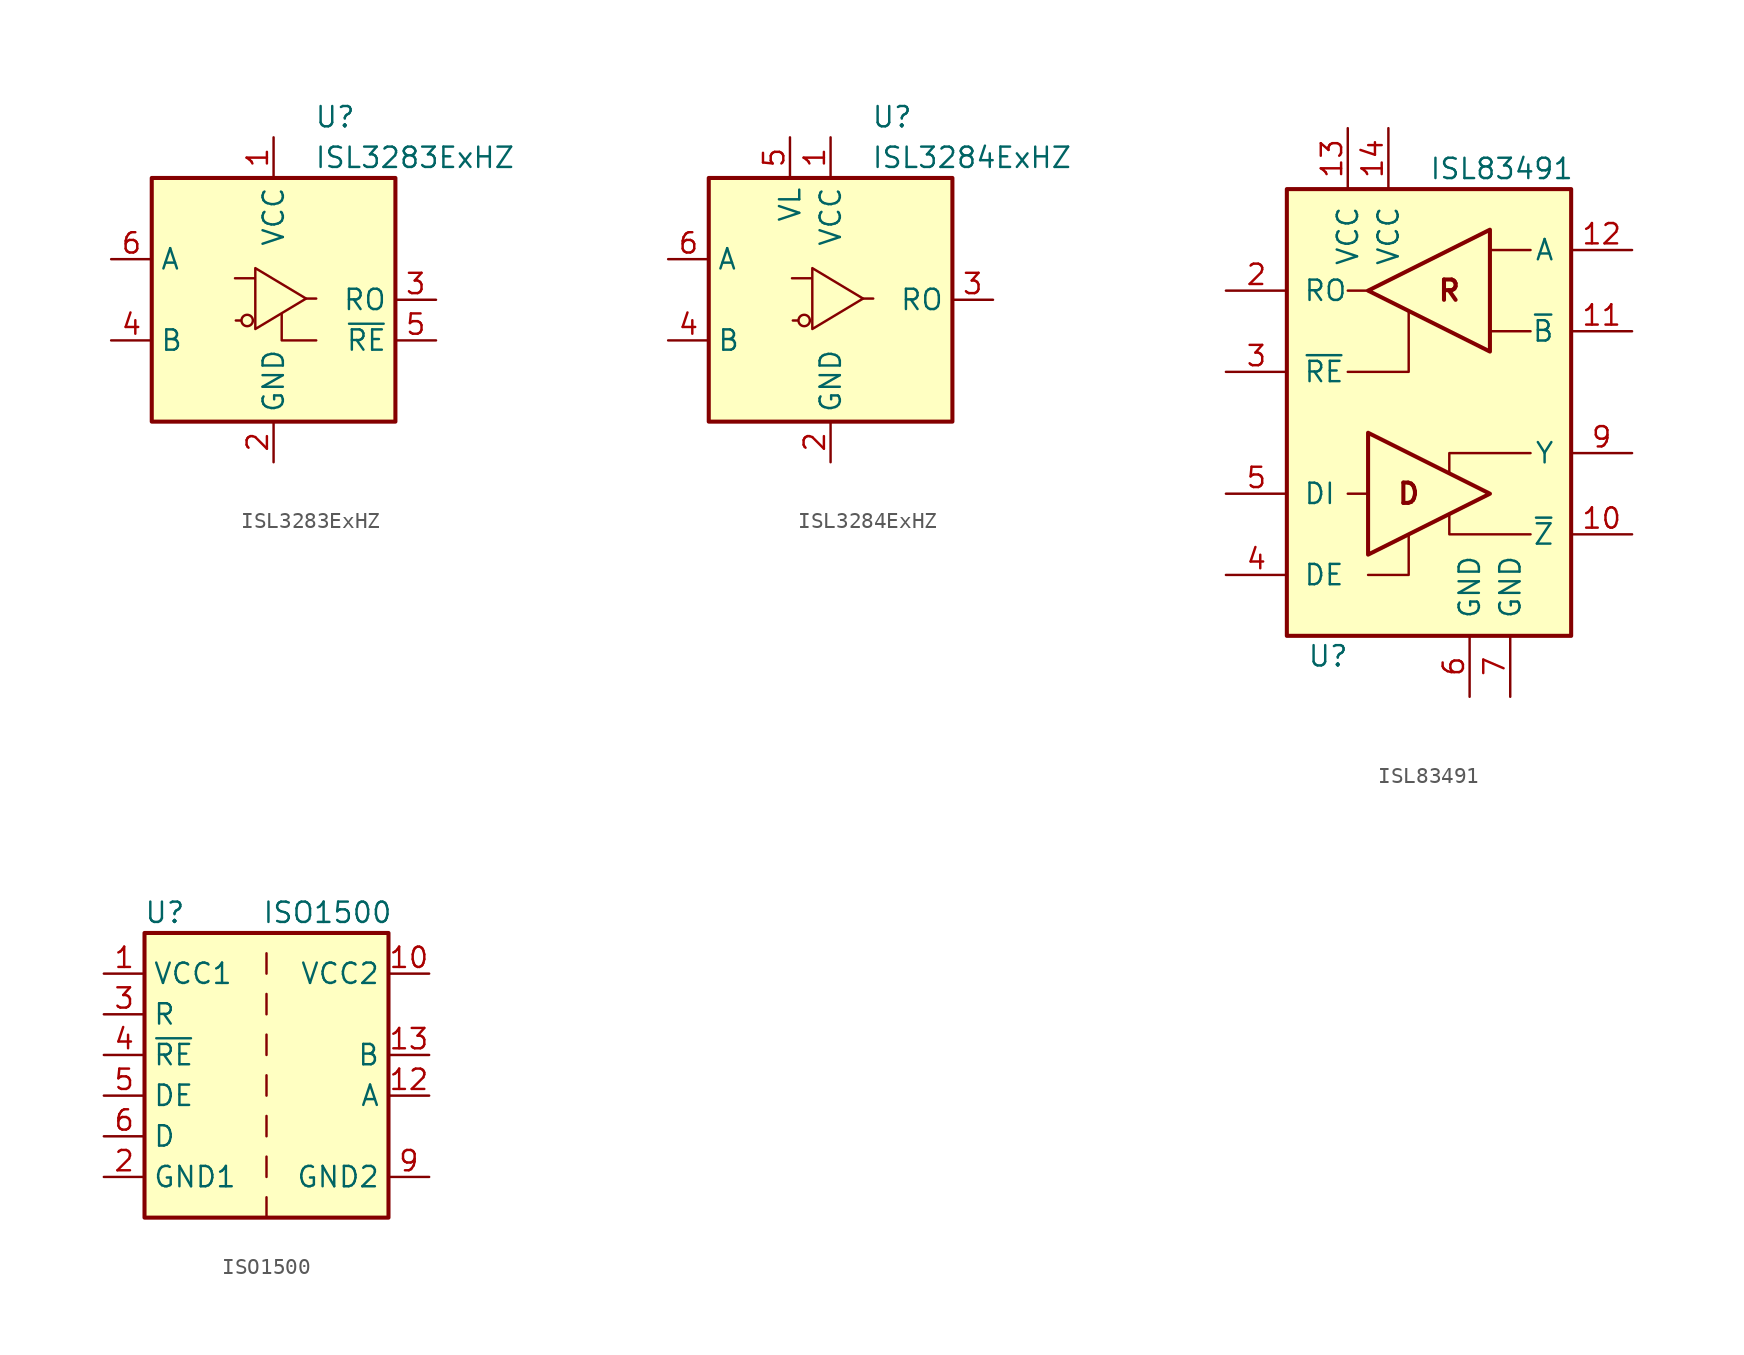
<source format=kicad_sym>
(kicad_symbol_lib
  (version 20200908)
  (generator kicad_symbol_editor)
  (symbol "Interface_UART:ISL3283ExHZ"
    (property "Reference" "U"
      (at 2.54 11.43 0)
      (effects (font (size 1.27 1.27)) (justify left)))
    (property "Value" "ISL3283ExHZ"
      (at 2.54 8.89 0)
      (effects (font (size 1.27 1.27)) (justify left)))
    (symbol "ISL3283ExHZ_1_1"
      (circle (center -1.651 -1.295) (radius 0.356) (stroke (width 0)) (fill (type none)))
      (polyline (pts (xy -2.057 -1.295) (xy -2.362 -1.295)) (stroke (width 0)) (fill (type none)))
      (polyline (pts (xy 2.032 0.076) (xy 2.667 0.076)) (stroke (width 0)) (fill (type none)))
      (polyline (pts (xy -1.143 1.981) (xy -1.143 -1.829) (xy 2.032 0.076) (xy -1.143 1.981) (xy -1.143 1.346) (xy -2.413 1.346)) (stroke (width 0)) (fill (type none)))
      (pin power_in line (at 0 10.16 270) (length 2.54) (name "VCC" (effects (font (size 1.27 1.27)))) (number "1" (effects (font (size 1.27 1.27)))))
      (pin power_in line (at 0 -10.16 90) (length 2.54) (name "GND" (effects (font (size 1.27 1.27)))) (number "2" (effects (font (size 1.27 1.27)))))
      (pin output line (at 10.16 0 180) (length 2.54) (name "RO" (effects (font (size 1.27 1.27)))) (number "3" (effects (font (size 1.27 1.27)))))
      (pin input line (at -10.16 -2.54 0) (length 2.54) (name "B" (effects (font (size 1.27 1.27)))) (number "4" (effects (font (size 1.27 1.27)))))
      (pin input line (at 10.16 -2.54 180) (length 2.54) (name "~RE" (effects (font (size 1.27 1.27)))) (number "5" (effects (font (size 1.27 1.27)))))
      (pin input line (at -10.16 2.54 0) (length 2.54) (name "A" (effects (font (size 1.27 1.27)))) (number "6" (effects (font (size 1.27 1.27))))))
    (symbol "ISL3283ExHZ_0_1"
      (rectangle (start 7.62 7.62) (end -7.62 -7.62) (stroke (width 0.254)) (fill (type background)))
      (polyline (pts (xy 0.508 -0.889) (xy 0.508 -2.54) (xy 2.667 -2.54)) (stroke (width 0)) (fill (type none)))))
  (symbol "Interface_UART:ISL3284ExHZ"
    (property "Reference" "U"
      (at 2.54 11.43 0)
      (effects (font (size 1.27 1.27)) (justify left)))
    (property "Value" "ISL3284ExHZ"
      (at 2.54 8.89 0)
      (effects (font (size 1.27 1.27)) (justify left)))
    (symbol "ISL3284ExHZ_1_1"
      (circle (center -1.651 -1.295) (radius 0.356) (stroke (width 0)) (fill (type none)))
      (polyline (pts (xy -2.057 -1.295) (xy -2.362 -1.295)) (stroke (width 0)) (fill (type none)))
      (polyline (pts (xy 2.032 0.076) (xy 2.667 0.076)) (stroke (width 0)) (fill (type none)))
      (polyline (pts (xy -1.143 1.981) (xy -1.143 -1.829) (xy 2.032 0.076) (xy -1.143 1.981) (xy -1.143 1.346) (xy -2.413 1.346)) (stroke (width 0)) (fill (type none)))
      (pin power_in line (at 0 10.16 270) (length 2.54) (name "VCC" (effects (font (size 1.27 1.27)))) (number "1" (effects (font (size 1.27 1.27)))))
      (pin power_in line (at 0 -10.16 90) (length 2.54) (name "GND" (effects (font (size 1.27 1.27)))) (number "2" (effects (font (size 1.27 1.27)))))
      (pin output line (at 10.16 0 180) (length 2.54) (name "RO" (effects (font (size 1.27 1.27)))) (number "3" (effects (font (size 1.27 1.27)))))
      (pin input line (at -10.16 -2.54 0) (length 2.54) (name "B" (effects (font (size 1.27 1.27)))) (number "4" (effects (font (size 1.27 1.27)))))
      (pin power_in line (at -2.54 10.16 270) (length 2.54) (name "VL" (effects (font (size 1.27 1.27)))) (number "5" (effects (font (size 1.27 1.27)))))
      (pin input line (at -10.16 2.54 0) (length 2.54) (name "A" (effects (font (size 1.27 1.27)))) (number "6" (effects (font (size 1.27 1.27))))))
    (symbol "ISL3284ExHZ_0_1"
      (rectangle (start 7.62 7.62) (end -7.62 -7.62) (stroke (width 0.254)) (fill (type background)))))
  (symbol "Interface_UART:ISL83491"
    (pin_names
      (offset 1.016))
    (property "Reference" "U"
      (at -7.62 -15.24 0)
      (effects (font (size 1.27 1.27)) (justify left)))
    (property "Value" "ISL83491"
      (at 0 15.24 0)
      (effects (font (size 1.27 1.27)) (justify left)))
    (symbol "ISL83491_0_0"
      (text "D" (at -1.27 -5.08 0) (effects (font (size 1.27 1.27) bold)))
      (text "R" (at 1.27 7.62 0) (effects (font (size 1.27 1.27) bold))))
    (symbol "ISL83491_0_1"
      (rectangle (start -8.89 13.97) (end 8.89 -13.97) (stroke (width 0.254)) (fill (type background)))
      (polyline (pts (xy -5.08 -5.08) (xy -3.81 -5.08)) (stroke (width 0)) (fill (type none)))
      (polyline (pts (xy -3.81 7.62) (xy -5.08 7.62)) (stroke (width 0)) (fill (type none)))
      (polyline (pts (xy 6.35 5.08) (xy 3.81 5.08) (xy 3.81 5.08)) (stroke (width 0)) (fill (type none)))
      (polyline (pts (xy 6.35 10.16) (xy 3.81 10.16) (xy 3.81 10.16)) (stroke (width 0)) (fill (type none)))
      (polyline (pts (xy -3.81 -10.16) (xy -1.27 -10.16) (xy -1.27 -7.62) (xy -1.27 -7.62)) (stroke (width 0)) (fill (type none)))
      (polyline (pts (xy -1.27 6.35) (xy -1.27 2.54) (xy -2.54 2.54) (xy -5.08 2.54)) (stroke (width 0)) (fill (type none)))
      (polyline (pts (xy 6.35 -7.62) (xy 1.27 -7.62) (xy 1.27 -6.35) (xy 1.27 -6.35)) (stroke (width 0)) (fill (type none)))
      (polyline (pts (xy 6.35 -2.54) (xy 1.27 -2.54) (xy 1.27 -3.81) (xy 1.27 -3.81)) (stroke (width 0)) (fill (type none)))
      (polyline (pts (xy -3.81 -1.27) (xy -3.81 -8.89) (xy 3.81 -5.08) (xy -3.81 -1.27) (xy -3.81 -1.27)) (stroke (width 0.254)) (fill (type none)))
      (polyline (pts (xy 3.81 11.43) (xy 3.81 3.81) (xy -3.81 7.62) (xy 3.81 11.43) (xy 3.81 11.43)) (stroke (width 0.254)) (fill (type none))))
    (symbol "ISL83491_1_1"
      (pin output line (at 12.7 -7.62 180) (length 3.81) (name "~Z~" (effects (font (size 1.27 1.27)))) (number "10" (effects (font (size 1.27 1.27)))))
      (pin input line (at 12.7 5.08 180) (length 3.81) (name "~B" (effects (font (size 1.27 1.27)))) (number "11" (effects (font (size 1.27 1.27)))))
      (pin input line (at 12.7 10.16 180) (length 3.81) (name "A" (effects (font (size 1.27 1.27)))) (number "12" (effects (font (size 1.27 1.27)))))
      (pin power_in line (at -5.08 17.78 270) (length 3.81) (name "VCC" (effects (font (size 1.27 1.27)))) (number "13" (effects (font (size 1.27 1.27)))))
      (pin power_in line (at -2.54 17.78 270) (length 3.81) (name "VCC" (effects (font (size 1.27 1.27)))) (number "14" (effects (font (size 1.27 1.27)))))
      (pin output line (at -12.7 7.62 0) (length 3.81) (name "RO" (effects (font (size 1.27 1.27)))) (number "2" (effects (font (size 1.27 1.27)))))
      (pin input line (at -12.7 2.54 0) (length 3.81) (name "~RE" (effects (font (size 1.27 1.27)))) (number "3" (effects (font (size 1.27 1.27)))))
      (pin input line (at -12.7 -10.16 0) (length 3.81) (name "DE" (effects (font (size 1.27 1.27)))) (number "4" (effects (font (size 1.27 1.27)))))
      (pin input line (at -12.7 -5.08 0) (length 3.81) (name "DI" (effects (font (size 1.27 1.27)))) (number "5" (effects (font (size 1.27 1.27)))))
      (pin power_in line (at 2.54 -17.78 90) (length 3.81) (name "GND" (effects (font (size 1.27 1.27)))) (number "6" (effects (font (size 1.27 1.27)))))
      (pin power_in line (at 5.08 -17.78 90) (length 3.81) (name "GND" (effects (font (size 1.27 1.27)))) (number "7" (effects (font (size 1.27 1.27)))))
      (pin output line (at 12.7 -2.54 180) (length 3.81) (name "Y" (effects (font (size 1.27 1.27)))) (number "9" (effects (font (size 1.27 1.27)))))))
  (symbol "Interface_UART:ISO1500"
    (property "Reference" "U"
      (at -6.35 11.43 0)
      (effects (font (size 1.27 1.27))))
    (property "Value" "ISO1500"
      (at 3.81 11.43 0)
      (effects (font (size 1.27 1.27))))
    (symbol "ISO1500_0_1"
      (rectangle (start -7.62 10.16) (end 7.62 -7.62) (stroke (width 0.254)) (fill (type background)))
      (polyline (pts (xy 0 -6.35) (xy 0 -7.62)) (stroke (width 0)) (fill (type none)))
      (polyline (pts (xy 0 -3.81) (xy 0 -5.08)) (stroke (width 0)) (fill (type none)))
      (polyline (pts (xy 0 -1.27) (xy 0 -2.54)) (stroke (width 0)) (fill (type none)))
      (polyline (pts (xy 0 1.27) (xy 0 0)) (stroke (width 0)) (fill (type none)))
      (polyline (pts (xy 0 3.81) (xy 0 2.54)) (stroke (width 0)) (fill (type none)))
      (polyline (pts (xy 0 6.35) (xy 0 5.08)) (stroke (width 0)) (fill (type none)))
      (polyline (pts (xy 0 7.62) (xy 0 8.89)) (stroke (width 0)) (fill (type none))))
    (symbol "ISO1500_1_1"
      (pin power_in line (at -10.16 7.62 0) (length 2.54) (name "VCC1" (effects (font (size 1.27 1.27)))) (number "1" (effects (font (size 1.27 1.27)))))
      (pin power_in line (at 10.16 7.62 180) (length 2.54) (name "VCC2" (effects (font (size 1.27 1.27)))) (number "10" (effects (font (size 1.27 1.27)))))
      (pin unconnected line (at 7.62 -2.54 180) (length 2.54) hide (name "NC" (effects (font (size 1.27 1.27)))) (number "11" (effects (font (size 1.27 1.27)))))
      (pin bidirectional line (at 10.16 0 180) (length 2.54) (name "A" (effects (font (size 1.27 1.27)))) (number "12" (effects (font (size 1.27 1.27)))))
      (pin bidirectional line (at 10.16 2.54 180) (length 2.54) (name "B" (effects (font (size 1.27 1.27)))) (number "13" (effects (font (size 1.27 1.27)))))
      (pin unconnected line (at 7.62 5.08 180) (length 2.54) hide (name "NC" (effects (font (size 1.27 1.27)))) (number "14" (effects (font (size 1.27 1.27)))))
      (pin passive line (at 10.16 -5.08 180) (length 2.54) hide (name "GND2" (effects (font (size 1.27 1.27)))) (number "15" (effects (font (size 1.27 1.27)))))
      (pin passive line (at 10.16 7.62 180) (length 2.54) hide (name "VCC2" (effects (font (size 1.27 1.27)))) (number "16" (effects (font (size 1.27 1.27)))))
      (pin power_in line (at -10.16 -5.08 0) (length 2.54) (name "GND1" (effects (font (size 1.27 1.27)))) (number "2" (effects (font (size 1.27 1.27)))))
      (pin output line (at -10.16 5.08 0) (length 2.54) (name "R" (effects (font (size 1.27 1.27)))) (number "3" (effects (font (size 1.27 1.27)))))
      (pin input line (at -10.16 2.54 0) (length 2.54) (name "~RE" (effects (font (size 1.27 1.27)))) (number "4" (effects (font (size 1.27 1.27)))))
      (pin input line (at -10.16 0 0) (length 2.54) (name "DE" (effects (font (size 1.27 1.27)))) (number "5" (effects (font (size 1.27 1.27)))))
      (pin input line (at -10.16 -2.54 0) (length 2.54) (name "D" (effects (font (size 1.27 1.27)))) (number "6" (effects (font (size 1.27 1.27)))))
      (pin unconnected line (at 0 -7.62 90) (length 2.54) hide (name "NC" (effects (font (size 1.27 1.27)))) (number "7" (effects (font (size 1.27 1.27)))))
      (pin passive line (at -10.16 -5.08 0) (length 2.54) hide (name "GND1" (effects (font (size 1.27 1.27)))) (number "8" (effects (font (size 1.27 1.27)))))
      (pin power_in line (at 10.16 -5.08 180) (length 2.54) (name "GND2" (effects (font (size 1.27 1.27)))) (number "9" (effects (font (size 1.27 1.27))))))))
</source>
